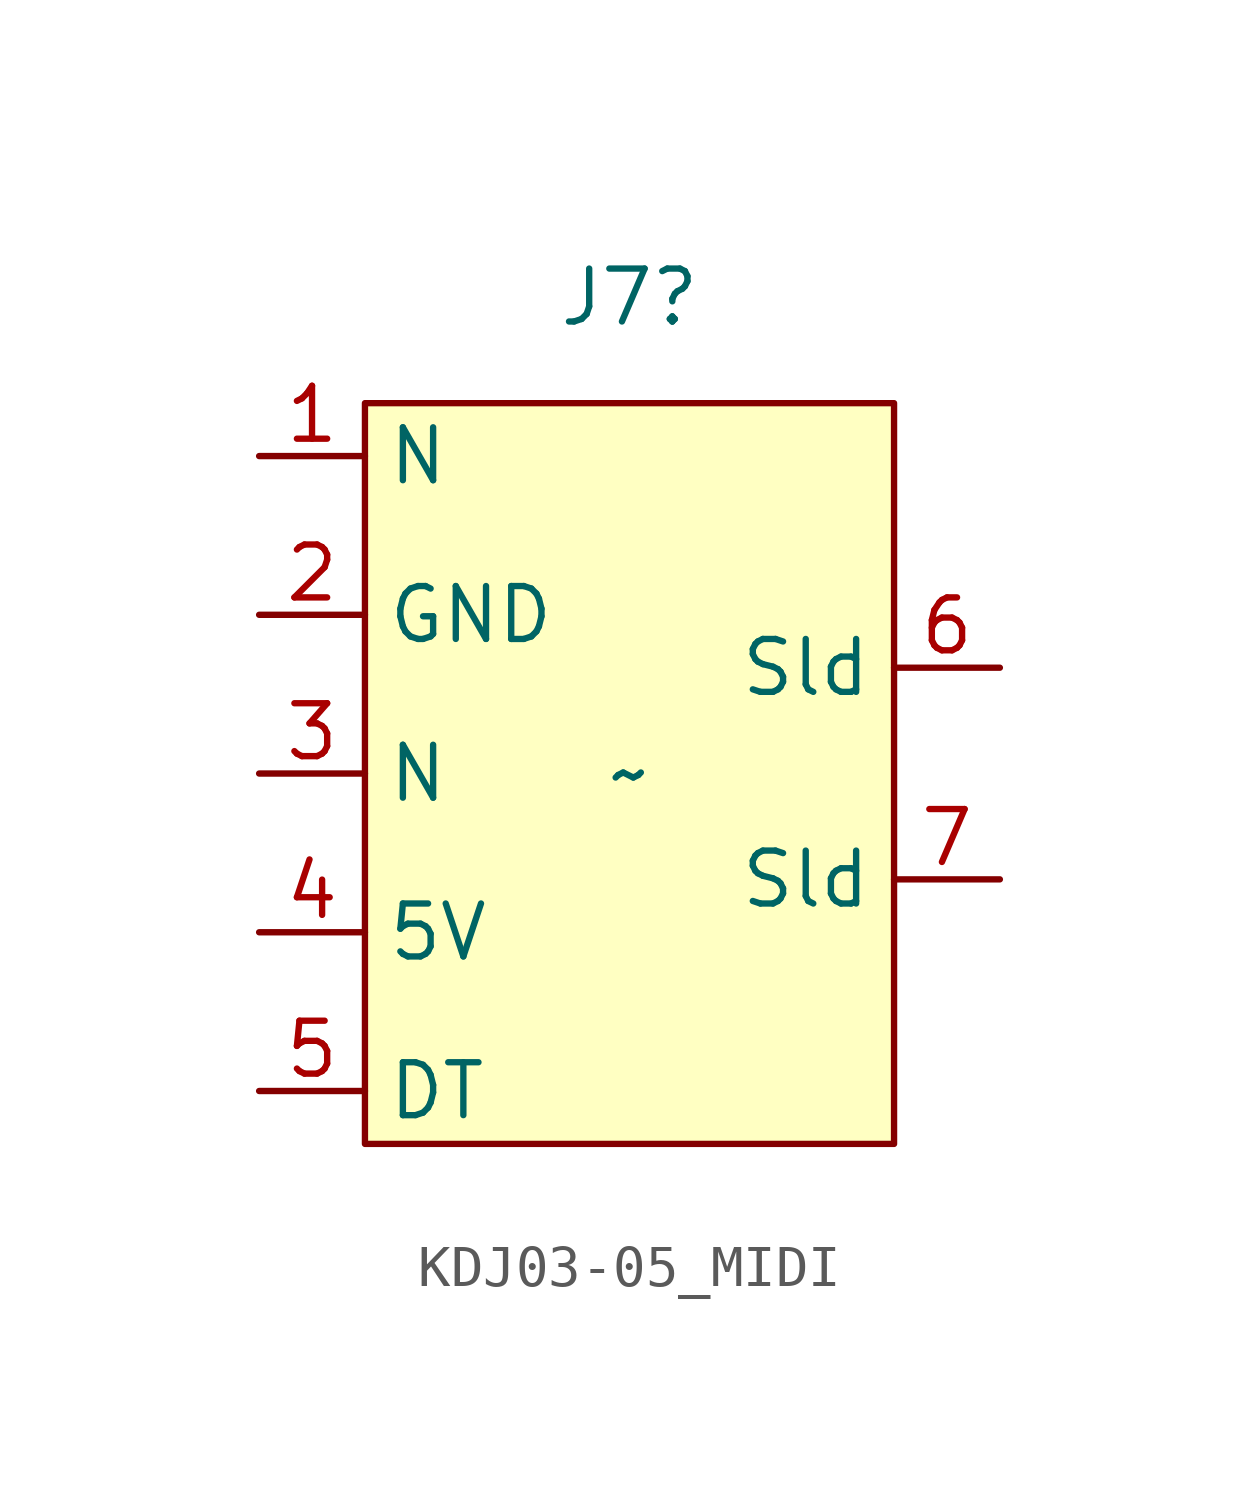
<source format=kicad_sym>
(kicad_symbol_lib
  (version 20220914)
  (generator kicad_symbol_editor)
  (symbol "KDJ03-05_MIDI"
    (property "Reference" "J7"
      (at 0 11.43 0)
      (effects (font (size 1.27 1.27))))
    (property "Value" "~"
      (at 0 0 0)
      (effects (font (size 1.27 1.27))))
    (symbol "KDJ03-05_MIDI_1_1"
      (rectangle (start -6.35 8.89) (end 6.35 -8.89) (stroke (width 0) (type default)) (fill (type background)))
      (pin passive line (at -8.89 7.62 0) (length 2.54) (name "N" (effects (font (size 1.27 1.27)))) (number "1" (effects (font (size 1.27 1.27)))))
      (pin passive line (at -8.89 3.81 0) (length 2.54) (name "GND" (effects (font (size 1.27 1.27)))) (number "2" (effects (font (size 1.27 1.27)))))
      (pin passive line (at -8.89 0 0) (length 2.54) (name "N" (effects (font (size 1.27 1.27)))) (number "3" (effects (font (size 1.27 1.27)))))
      (pin passive line (at -8.89 -3.81 0) (length 2.54) (name "5V" (effects (font (size 1.27 1.27)))) (number "4" (effects (font (size 1.27 1.27)))))
      (pin passive line (at -8.89 -7.62 0) (length 2.54) (name "DT" (effects (font (size 1.27 1.27)))) (number "5" (effects (font (size 1.27 1.27)))))
      (pin passive line (at 8.89 2.54 180) (length 2.54) (name "Sld" (effects (font (size 1.27 1.27)))) (number "6" (effects (font (size 1.27 1.27)))))
      (pin passive line (at 8.89 -2.54 180) (length 2.54) (name "Sld" (effects (font (size 1.27 1.27)))) (number "7" (effects (font (size 1.27 1.27))))))))
</source>
